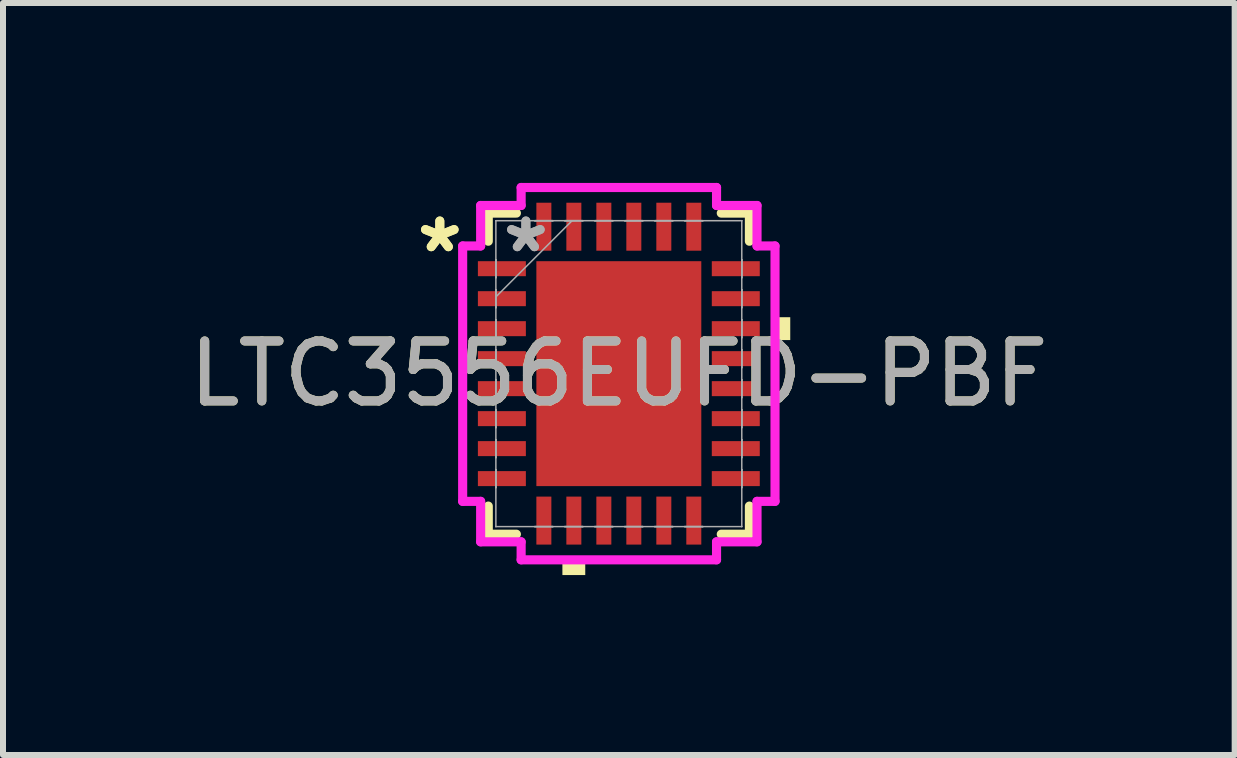
<source format=kicad_pcb>
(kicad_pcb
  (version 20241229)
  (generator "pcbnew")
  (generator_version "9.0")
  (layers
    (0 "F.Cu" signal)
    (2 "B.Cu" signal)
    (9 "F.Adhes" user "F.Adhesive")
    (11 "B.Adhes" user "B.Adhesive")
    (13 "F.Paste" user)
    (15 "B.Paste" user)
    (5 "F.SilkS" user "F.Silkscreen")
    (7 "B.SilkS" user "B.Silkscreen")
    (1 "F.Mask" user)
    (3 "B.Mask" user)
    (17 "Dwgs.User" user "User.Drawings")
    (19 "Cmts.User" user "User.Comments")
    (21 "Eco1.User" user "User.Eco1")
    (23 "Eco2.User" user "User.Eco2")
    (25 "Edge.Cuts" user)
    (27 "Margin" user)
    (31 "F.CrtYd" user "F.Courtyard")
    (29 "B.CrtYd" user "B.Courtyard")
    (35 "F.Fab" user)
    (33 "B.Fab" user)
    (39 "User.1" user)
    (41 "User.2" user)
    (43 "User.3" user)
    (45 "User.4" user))
  (footprint "LTC3556EUFD-PBF"
    (layer "F.Cu")
    (at 7.268 3.18)
    (property "Reference" "LTC3556EUFD-PBF" (at 0 0 0) (unlocked yes) (layer "F.SilkS") (effects (font (size 1 1) (thickness 0.15))))
    (attr smd)
    (fp_line (start -2.177 -2.677) (end -2.177 -2.208) (stroke (width 0.152) (type solid)) (layer "F.SilkS"))
    (fp_line (start -2.177 2.208) (end -2.177 2.677) (stroke (width 0.152) (type solid)) (layer "F.SilkS"))
    (fp_line (start -2.177 2.677) (end -1.708 2.677) (stroke (width 0.152) (type solid)) (layer "F.SilkS"))
    (fp_line (start -1.708 -2.677) (end -2.177 -2.677) (stroke (width 0.152) (type solid)) (layer "F.SilkS"))
    (fp_line (start 1.708 2.677) (end 2.177 2.677) (stroke (width 0.152) (type solid)) (layer "F.SilkS"))
    (fp_line (start 2.177 -2.677) (end 1.708 -2.677) (stroke (width 0.152) (type solid)) (layer "F.SilkS"))
    (fp_line (start 2.177 -2.208) (end 2.177 -2.677) (stroke (width 0.152) (type solid)) (layer "F.SilkS"))
    (fp_line (start 2.177 2.677) (end 2.177 2.208) (stroke (width 0.152) (type solid)) (layer "F.SilkS"))
    (fp_poly (pts (xy -0.941 3.104) (xy -0.941 3.358) (xy -0.56 3.358) (xy -0.56 3.104)) (stroke (width 0) (type solid)) (fill yes) (layer "F.SilkS"))
    (fp_poly (pts (xy 2.858 -0.941) (xy 2.858 -0.56) (xy 2.604 -0.56) (xy 2.604 -0.941)) (stroke (width 0) (type solid)) (fill yes) (layer "F.SilkS"))
    (fp_poly (pts (xy -1.275 -1.775) (xy -1.275 -0.1) (xy -0.1 -0.1) (xy -0.1 -1.775)) (stroke (width 0) (type solid)) (fill yes) (layer "F.Paste"))
    (fp_poly (pts (xy -1.275 0.1) (xy -1.275 1.775) (xy -0.1 1.775) (xy -0.1 0.1)) (stroke (width 0) (type solid)) (fill yes) (layer "F.Paste"))
    (fp_poly (pts (xy 0.1 -1.775) (xy 0.1 -0.1) (xy 1.275 -0.1) (xy 1.275 -1.775)) (stroke (width 0) (type solid)) (fill yes) (layer "F.Paste"))
    (fp_poly (pts (xy 0.1 0.1) (xy 0.1 1.775) (xy 1.275 1.775) (xy 1.275 0.1)) (stroke (width 0) (type solid)) (fill yes) (layer "F.Paste"))
    (fp_line (start -2.604 -2.129) (end -2.304 -2.129) (stroke (width 0.152) (type solid)) (layer "F.CrtYd"))
    (fp_line (start -2.604 2.129) (end -2.604 -2.129) (stroke (width 0.152) (type solid)) (layer "F.CrtYd"))
    (fp_line (start -2.304 -2.804) (end -1.629 -2.804) (stroke (width 0.152) (type solid)) (layer "F.CrtYd"))
    (fp_line (start -2.304 -2.129) (end -2.304 -2.804) (stroke (width 0.152) (type solid)) (layer "F.CrtYd"))
    (fp_line (start -2.304 2.129) (end -2.604 2.129) (stroke (width 0.152) (type solid)) (layer "F.CrtYd"))
    (fp_line (start -2.304 2.804) (end -2.304 2.129) (stroke (width 0.152) (type solid)) (layer "F.CrtYd"))
    (fp_line (start -1.629 -3.104) (end 1.629 -3.104) (stroke (width 0.152) (type solid)) (layer "F.CrtYd"))
    (fp_line (start -1.629 -2.804) (end -1.629 -3.104) (stroke (width 0.152) (type solid)) (layer "F.CrtYd"))
    (fp_line (start -1.629 2.804) (end -2.304 2.804) (stroke (width 0.152) (type solid)) (layer "F.CrtYd"))
    (fp_line (start -1.629 3.104) (end -1.629 2.804) (stroke (width 0.152) (type solid)) (layer "F.CrtYd"))
    (fp_line (start 1.629 -3.104) (end 1.629 -2.804) (stroke (width 0.152) (type solid)) (layer "F.CrtYd"))
    (fp_line (start 1.629 -2.804) (end 2.304 -2.804) (stroke (width 0.152) (type solid)) (layer "F.CrtYd"))
    (fp_line (start 1.629 2.804) (end 1.629 3.104) (stroke (width 0.152) (type solid)) (layer "F.CrtYd"))
    (fp_line (start 1.629 3.104) (end -1.629 3.104) (stroke (width 0.152) (type solid)) (layer "F.CrtYd"))
    (fp_line (start 2.304 -2.804) (end 2.304 -2.129) (stroke (width 0.152) (type solid)) (layer "F.CrtYd"))
    (fp_line (start 2.304 -2.129) (end 2.604 -2.129) (stroke (width 0.152) (type solid)) (layer "F.CrtYd"))
    (fp_line (start 2.304 2.129) (end 2.304 2.804) (stroke (width 0.152) (type solid)) (layer "F.CrtYd"))
    (fp_line (start 2.304 2.804) (end 1.629 2.804) (stroke (width 0.152) (type solid)) (layer "F.CrtYd"))
    (fp_line (start 2.604 -2.129) (end 2.604 2.129) (stroke (width 0.152) (type solid)) (layer "F.CrtYd"))
    (fp_line (start 2.604 2.129) (end 2.304 2.129) (stroke (width 0.152) (type solid)) (layer "F.CrtYd"))
    (fp_line (start -2.05 -2.55) (end -2.05 -2.55) (stroke (width 0.025) (type solid)) (layer "F.Fab"))
    (fp_line (start -2.05 -2.55) (end -2.05 2.55) (stroke (width 0.025) (type solid)) (layer "F.Fab"))
    (fp_line (start -2.05 -1.9) (end -2.05 -1.9) (stroke (width 0.025) (type solid)) (layer "F.Fab"))
    (fp_line (start -2.05 -1.9) (end -2.05 -1.6) (stroke (width 0.025) (type solid)) (layer "F.Fab"))
    (fp_line (start -2.05 -1.6) (end -2.05 -1.9) (stroke (width 0.025) (type solid)) (layer "F.Fab"))
    (fp_line (start -2.05 -1.6) (end -2.05 -1.6) (stroke (width 0.025) (type solid)) (layer "F.Fab"))
    (fp_line (start -2.05 -1.4) (end -2.05 -1.4) (stroke (width 0.025) (type solid)) (layer "F.Fab"))
    (fp_line (start -2.05 -1.4) (end -2.05 -1.1) (stroke (width 0.025) (type solid)) (layer "F.Fab"))
    (fp_line (start -2.05 -1.28) (end -0.78 -2.55) (stroke (width 0.025) (type solid)) (layer "F.Fab"))
    (fp_line (start -2.05 -1.1) (end -2.05 -1.4) (stroke (width 0.025) (type solid)) (layer "F.Fab"))
    (fp_line (start -2.05 -1.1) (end -2.05 -1.1) (stroke (width 0.025) (type solid)) (layer "F.Fab"))
    (fp_line (start -2.05 -0.9) (end -2.05 -0.9) (stroke (width 0.025) (type solid)) (layer "F.Fab"))
    (fp_line (start -2.05 -0.9) (end -2.05 -0.6) (stroke (width 0.025) (type solid)) (layer "F.Fab"))
    (fp_line (start -2.05 -0.6) (end -2.05 -0.9) (stroke (width 0.025) (type solid)) (layer "F.Fab"))
    (fp_line (start -2.05 -0.6) (end -2.05 -0.6) (stroke (width 0.025) (type solid)) (layer "F.Fab"))
    (fp_line (start -2.05 -0.4) (end -2.05 -0.4) (stroke (width 0.025) (type solid)) (layer "F.Fab"))
    (fp_line (start -2.05 -0.4) (end -2.05 -0.1) (stroke (width 0.025) (type solid)) (layer "F.Fab"))
    (fp_line (start -2.05 -0.1) (end -2.05 -0.4) (stroke (width 0.025) (type solid)) (layer "F.Fab"))
    (fp_line (start -2.05 -0.1) (end -2.05 -0.1) (stroke (width 0.025) (type solid)) (layer "F.Fab"))
    (fp_line (start -2.05 0.1) (end -2.05 0.1) (stroke (width 0.025) (type solid)) (layer "F.Fab"))
    (fp_line (start -2.05 0.1) (end -2.05 0.4) (stroke (width 0.025) (type solid)) (layer "F.Fab"))
    (fp_line (start -2.05 0.4) (end -2.05 0.1) (stroke (width 0.025) (type solid)) (layer "F.Fab"))
    (fp_line (start -2.05 0.4) (end -2.05 0.4) (stroke (width 0.025) (type solid)) (layer "F.Fab"))
    (fp_line (start -2.05 0.6) (end -2.05 0.6) (stroke (width 0.025) (type solid)) (layer "F.Fab"))
    (fp_line (start -2.05 0.6) (end -2.05 0.9) (stroke (width 0.025) (type solid)) (layer "F.Fab"))
    (fp_line (start -2.05 0.9) (end -2.05 0.6) (stroke (width 0.025) (type solid)) (layer "F.Fab"))
    (fp_line (start -2.05 0.9) (end -2.05 0.9) (stroke (width 0.025) (type solid)) (layer "F.Fab"))
    (fp_line (start -2.05 1.1) (end -2.05 1.1) (stroke (width 0.025) (type solid)) (layer "F.Fab"))
    (fp_line (start -2.05 1.1) (end -2.05 1.4) (stroke (width 0.025) (type solid)) (layer "F.Fab"))
    (fp_line (start -2.05 1.4) (end -2.05 1.1) (stroke (width 0.025) (type solid)) (layer "F.Fab"))
    (fp_line (start -2.05 1.4) (end -2.05 1.4) (stroke (width 0.025) (type solid)) (layer "F.Fab"))
    (fp_line (start -2.05 1.6) (end -2.05 1.6) (stroke (width 0.025) (type solid)) (layer "F.Fab"))
    (fp_line (start -2.05 1.6) (end -2.05 1.9) (stroke (width 0.025) (type solid)) (layer "F.Fab"))
    (fp_line (start -2.05 1.9) (end -2.05 1.6) (stroke (width 0.025) (type solid)) (layer "F.Fab"))
    (fp_line (start -2.05 1.9) (end -2.05 1.9) (stroke (width 0.025) (type solid)) (layer "F.Fab"))
    (fp_line (start -2.05 2.55) (end -2.05 2.55) (stroke (width 0.025) (type solid)) (layer "F.Fab"))
    (fp_line (start -2.05 2.55) (end 2.05 2.55) (stroke (width 0.025) (type solid)) (layer "F.Fab"))
    (fp_line (start -1.4 -2.55) (end -1.4 -2.55) (stroke (width 0.025) (type solid)) (layer "F.Fab"))
    (fp_line (start -1.4 -2.55) (end -1.1 -2.55) (stroke (width 0.025) (type solid)) (layer "F.Fab"))
    (fp_line (start -1.4 2.55) (end -1.4 2.55) (stroke (width 0.025) (type solid)) (layer "F.Fab"))
    (fp_line (start -1.4 2.55) (end -1.1 2.55) (stroke (width 0.025) (type solid)) (layer "F.Fab"))
    (fp_line (start -1.1 -2.55) (end -1.4 -2.55) (stroke (width 0.025) (type solid)) (layer "F.Fab"))
    (fp_line (start -1.1 -2.55) (end -1.1 -2.55) (stroke (width 0.025) (type solid)) (layer "F.Fab"))
    (fp_line (start -1.1 2.55) (end -1.4 2.55) (stroke (width 0.025) (type solid)) (layer "F.Fab"))
    (fp_line (start -1.1 2.55) (end -1.1 2.55) (stroke (width 0.025) (type solid)) (layer "F.Fab"))
    (fp_line (start -0.9 -2.55) (end -0.9 -2.55) (stroke (width 0.025) (type solid)) (layer "F.Fab"))
    (fp_line (start -0.9 -2.55) (end -0.6 -2.55) (stroke (width 0.025) (type solid)) (layer "F.Fab"))
    (fp_line (start -0.9 2.55) (end -0.9 2.55) (stroke (width 0.025) (type solid)) (layer "F.Fab"))
    (fp_line (start -0.9 2.55) (end -0.6 2.55) (stroke (width 0.025) (type solid)) (layer "F.Fab"))
    (fp_line (start -0.6 -2.55) (end -0.9 -2.55) (stroke (width 0.025) (type solid)) (layer "F.Fab"))
    (fp_line (start -0.6 -2.55) (end -0.6 -2.55) (stroke (width 0.025) (type solid)) (layer "F.Fab"))
    (fp_line (start -0.6 2.55) (end -0.9 2.55) (stroke (width 0.025) (type solid)) (layer "F.Fab"))
    (fp_line (start -0.6 2.55) (end -0.6 2.55) (stroke (width 0.025) (type solid)) (layer "F.Fab"))
    (fp_line (start -0.4 -2.55) (end -0.4 -2.55) (stroke (width 0.025) (type solid)) (layer "F.Fab"))
    (fp_line (start -0.4 -2.55) (end -0.1 -2.55) (stroke (width 0.025) (type solid)) (layer "F.Fab"))
    (fp_line (start -0.4 2.55) (end -0.4 2.55) (stroke (width 0.025) (type solid)) (layer "F.Fab"))
    (fp_line (start -0.4 2.55) (end -0.1 2.55) (stroke (width 0.025) (type solid)) (layer "F.Fab"))
    (fp_line (start -0.1 -2.55) (end -0.4 -2.55) (stroke (width 0.025) (type solid)) (layer "F.Fab"))
    (fp_line (start -0.1 -2.55) (end -0.1 -2.55) (stroke (width 0.025) (type solid)) (layer "F.Fab"))
    (fp_line (start -0.1 2.55) (end -0.4 2.55) (stroke (width 0.025) (type solid)) (layer "F.Fab"))
    (fp_line (start -0.1 2.55) (end -0.1 2.55) (stroke (width 0.025) (type solid)) (layer "F.Fab"))
    (fp_line (start 0.1 -2.55) (end 0.1 -2.55) (stroke (width 0.025) (type solid)) (layer "F.Fab"))
    (fp_line (start 0.1 -2.55) (end 0.4 -2.55) (stroke (width 0.025) (type solid)) (layer "F.Fab"))
    (fp_line (start 0.1 2.55) (end 0.1 2.55) (stroke (width 0.025) (type solid)) (layer "F.Fab"))
    (fp_line (start 0.1 2.55) (end 0.4 2.55) (stroke (width 0.025) (type solid)) (layer "F.Fab"))
    (fp_line (start 0.4 -2.55) (end 0.1 -2.55) (stroke (width 0.025) (type solid)) (layer "F.Fab"))
    (fp_line (start 0.4 -2.55) (end 0.4 -2.55) (stroke (width 0.025) (type solid)) (layer "F.Fab"))
    (fp_line (start 0.4 2.55) (end 0.1 2.55) (stroke (width 0.025) (type solid)) (layer "F.Fab"))
    (fp_line (start 0.4 2.55) (end 0.4 2.55) (stroke (width 0.025) (type solid)) (layer "F.Fab"))
    (fp_line (start 0.6 -2.55) (end 0.6 -2.55) (stroke (width 0.025) (type solid)) (layer "F.Fab"))
    (fp_line (start 0.6 -2.55) (end 0.9 -2.55) (stroke (width 0.025) (type solid)) (layer "F.Fab"))
    (fp_line (start 0.6 2.55) (end 0.6 2.55) (stroke (width 0.025) (type solid)) (layer "F.Fab"))
    (fp_line (start 0.6 2.55) (end 0.9 2.55) (stroke (width 0.025) (type solid)) (layer "F.Fab"))
    (fp_line (start 0.9 -2.55) (end 0.6 -2.55) (stroke (width 0.025) (type solid)) (layer "F.Fab"))
    (fp_line (start 0.9 -2.55) (end 0.9 -2.55) (stroke (width 0.025) (type solid)) (layer "F.Fab"))
    (fp_line (start 0.9 2.55) (end 0.6 2.55) (stroke (width 0.025) (type solid)) (layer "F.Fab"))
    (fp_line (start 0.9 2.55) (end 0.9 2.55) (stroke (width 0.025) (type solid)) (layer "F.Fab"))
    (fp_line (start 1.1 -2.55) (end 1.1 -2.55) (stroke (width 0.025) (type solid)) (layer "F.Fab"))
    (fp_line (start 1.1 -2.55) (end 1.4 -2.55) (stroke (width 0.025) (type solid)) (layer "F.Fab"))
    (fp_line (start 1.1 2.55) (end 1.1 2.55) (stroke (width 0.025) (type solid)) (layer "F.Fab"))
    (fp_line (start 1.1 2.55) (end 1.4 2.55) (stroke (width 0.025) (type solid)) (layer "F.Fab"))
    (fp_line (start 1.4 -2.55) (end 1.1 -2.55) (stroke (width 0.025) (type solid)) (layer "F.Fab"))
    (fp_line (start 1.4 -2.55) (end 1.4 -2.55) (stroke (width 0.025) (type solid)) (layer "F.Fab"))
    (fp_line (start 1.4 2.55) (end 1.1 2.55) (stroke (width 0.025) (type solid)) (layer "F.Fab"))
    (fp_line (start 1.4 2.55) (end 1.4 2.55) (stroke (width 0.025) (type solid)) (layer "F.Fab"))
    (fp_line (start 2.05 -2.55) (end -2.05 -2.55) (stroke (width 0.025) (type solid)) (layer "F.Fab"))
    (fp_line (start 2.05 -2.55) (end 2.05 -2.55) (stroke (width 0.025) (type solid)) (layer "F.Fab"))
    (fp_line (start 2.05 -1.9) (end 2.05 -1.9) (stroke (width 0.025) (type solid)) (layer "F.Fab"))
    (fp_line (start 2.05 -1.9) (end 2.05 -1.6) (stroke (width 0.025) (type solid)) (layer "F.Fab"))
    (fp_line (start 2.05 -1.6) (end 2.05 -1.9) (stroke (width 0.025) (type solid)) (layer "F.Fab"))
    (fp_line (start 2.05 -1.6) (end 2.05 -1.6) (stroke (width 0.025) (type solid)) (layer "F.Fab"))
    (fp_line (start 2.05 -1.4) (end 2.05 -1.4) (stroke (width 0.025) (type solid)) (layer "F.Fab"))
    (fp_line (start 2.05 -1.4) (end 2.05 -1.1) (stroke (width 0.025) (type solid)) (layer "F.Fab"))
    (fp_line (start 2.05 -1.1) (end 2.05 -1.4) (stroke (width 0.025) (type solid)) (layer "F.Fab"))
    (fp_line (start 2.05 -1.1) (end 2.05 -1.1) (stroke (width 0.025) (type solid)) (layer "F.Fab"))
    (fp_line (start 2.05 -0.9) (end 2.05 -0.9) (stroke (width 0.025) (type solid)) (layer "F.Fab"))
    (fp_line (start 2.05 -0.9) (end 2.05 -0.6) (stroke (width 0.025) (type solid)) (layer "F.Fab"))
    (fp_line (start 2.05 -0.6) (end 2.05 -0.9) (stroke (width 0.025) (type solid)) (layer "F.Fab"))
    (fp_line (start 2.05 -0.6) (end 2.05 -0.6) (stroke (width 0.025) (type solid)) (layer "F.Fab"))
    (fp_line (start 2.05 -0.4) (end 2.05 -0.4) (stroke (width 0.025) (type solid)) (layer "F.Fab"))
    (fp_line (start 2.05 -0.4) (end 2.05 -0.1) (stroke (width 0.025) (type solid)) (layer "F.Fab"))
    (fp_line (start 2.05 -0.1) (end 2.05 -0.4) (stroke (width 0.025) (type solid)) (layer "F.Fab"))
    (fp_line (start 2.05 -0.1) (end 2.05 -0.1) (stroke (width 0.025) (type solid)) (layer "F.Fab"))
    (fp_line (start 2.05 0.1) (end 2.05 0.1) (stroke (width 0.025) (type solid)) (layer "F.Fab"))
    (fp_line (start 2.05 0.1) (end 2.05 0.4) (stroke (width 0.025) (type solid)) (layer "F.Fab"))
    (fp_line (start 2.05 0.4) (end 2.05 0.1) (stroke (width 0.025) (type solid)) (layer "F.Fab"))
    (fp_line (start 2.05 0.4) (end 2.05 0.4) (stroke (width 0.025) (type solid)) (layer "F.Fab"))
    (fp_line (start 2.05 0.6) (end 2.05 0.6) (stroke (width 0.025) (type solid)) (layer "F.Fab"))
    (fp_line (start 2.05 0.6) (end 2.05 0.9) (stroke (width 0.025) (type solid)) (layer "F.Fab"))
    (fp_line (start 2.05 0.9) (end 2.05 0.6) (stroke (width 0.025) (type solid)) (layer "F.Fab"))
    (fp_line (start 2.05 0.9) (end 2.05 0.9) (stroke (width 0.025) (type solid)) (layer "F.Fab"))
    (fp_line (start 2.05 1.1) (end 2.05 1.1) (stroke (width 0.025) (type solid)) (layer "F.Fab"))
    (fp_line (start 2.05 1.1) (end 2.05 1.4) (stroke (width 0.025) (type solid)) (layer "F.Fab"))
    (fp_line (start 2.05 1.4) (end 2.05 1.1) (stroke (width 0.025) (type solid)) (layer "F.Fab"))
    (fp_line (start 2.05 1.4) (end 2.05 1.4) (stroke (width 0.025) (type solid)) (layer "F.Fab"))
    (fp_line (start 2.05 1.6) (end 2.05 1.6) (stroke (width 0.025) (type solid)) (layer "F.Fab"))
    (fp_line (start 2.05 1.6) (end 2.05 1.9) (stroke (width 0.025) (type solid)) (layer "F.Fab"))
    (fp_line (start 2.05 1.9) (end 2.05 1.6) (stroke (width 0.025) (type solid)) (layer "F.Fab"))
    (fp_line (start 2.05 1.9) (end 2.05 1.9) (stroke (width 0.025) (type solid)) (layer "F.Fab"))
    (fp_line (start 2.05 2.55) (end 2.05 -2.55) (stroke (width 0.025) (type solid)) (layer "F.Fab"))
    (fp_line (start 2.05 2.55) (end 2.05 2.55) (stroke (width 0.025) (type solid)) (layer "F.Fab"))
    (fp_text user "*" (at -2.985 -2 0) (layer "F.SilkS") (effects (font (size 1 1) (thickness 0.15))))
    (fp_text user "*" (at -2.985 -2 0) (unlocked yes) (layer "F.SilkS") (effects (font (size 1 1) (thickness 0.15))))
    (fp_text user "*" (at -1.55 -2 0) (unlocked yes) (layer "F.Fab") (effects (font (size 1 1) (thickness 0.15))))
    (fp_text user "*" (at -1.55 -2 0) (layer "F.Fab") (effects (font (size 1 1) (thickness 0.15))))
    (fp_text user "${REFERENCE}" (at 0 0 0) (unlocked yes) (layer "F.Fab") (effects (font (size 1 1) (thickness 0.15))))
    (pad "1" smd rect (at -1.95 -1.75 90) (size 0.25 0.8) (layers "F.Cu" "F.Mask" "F.Paste"))
    (pad "2" smd rect (at -1.95 -1.25 90) (size 0.25 0.8) (layers "F.Cu" "F.Mask" "F.Paste"))
    (pad "3" smd rect (at -1.95 -0.75 90) (size 0.25 0.8) (layers "F.Cu" "F.Mask" "F.Paste"))
    (pad "4" smd rect (at -1.95 -0.25 90) (size 0.25 0.8) (layers "F.Cu" "F.Mask" "F.Paste"))
    (pad "5" smd rect (at -1.95 0.25 90) (size 0.25 0.8) (layers "F.Cu" "F.Mask" "F.Paste"))
    (pad "6" smd rect (at -1.95 0.75 90) (size 0.25 0.8) (layers "F.Cu" "F.Mask" "F.Paste"))
    (pad "7" smd rect (at -1.95 1.25 90) (size 0.25 0.8) (layers "F.Cu" "F.Mask" "F.Paste"))
    (pad "8" smd rect (at -1.95 1.75 90) (size 0.25 0.8) (layers "F.Cu" "F.Mask" "F.Paste"))
    (pad "9" smd rect (at -1.25 2.45) (size 0.25 0.8) (layers "F.Cu" "F.Mask" "F.Paste"))
    (pad "10" smd rect (at -0.75 2.45) (size 0.25 0.8) (layers "F.Cu" "F.Mask" "F.Paste"))
    (pad "11" smd rect (at -0.25 2.45) (size 0.25 0.8) (layers "F.Cu" "F.Mask" "F.Paste"))
    (pad "12" smd rect (at 0.25 2.45) (size 0.25 0.8) (layers "F.Cu" "F.Mask" "F.Paste"))
    (pad "13" smd rect (at 0.75 2.45) (size 0.25 0.8) (layers "F.Cu" "F.Mask" "F.Paste"))
    (pad "14" smd rect (at 1.25 2.45) (size 0.25 0.8) (layers "F.Cu" "F.Mask" "F.Paste"))
    (pad "15" smd rect (at 1.95 1.75 90) (size 0.25 0.8) (layers "F.Cu" "F.Mask" "F.Paste"))
    (pad "16" smd rect (at 1.95 1.25 90) (size 0.25 0.8) (layers "F.Cu" "F.Mask" "F.Paste"))
    (pad "17" smd rect (at 1.95 0.75 90) (size 0.25 0.8) (layers "F.Cu" "F.Mask" "F.Paste"))
    (pad "18" smd rect (at 1.95 0.25 90) (size 0.25 0.8) (layers "F.Cu" "F.Mask" "F.Paste"))
    (pad "19" smd rect (at 1.95 -0.25 90) (size 0.25 0.8) (layers "F.Cu" "F.Mask" "F.Paste"))
    (pad "20" smd rect (at 1.95 -0.75 90) (size 0.25 0.8) (layers "F.Cu" "F.Mask" "F.Paste"))
    (pad "21" smd rect (at 1.95 -1.25 90) (size 0.25 0.8) (layers "F.Cu" "F.Mask" "F.Paste"))
    (pad "22" smd rect (at 1.95 -1.75 90) (size 0.25 0.8) (layers "F.Cu" "F.Mask" "F.Paste"))
    (pad "23" smd rect (at 1.25 -2.45) (size 0.25 0.8) (layers "F.Cu" "F.Mask" "F.Paste"))
    (pad "24" smd rect (at 0.75 -2.45) (size 0.25 0.8) (layers "F.Cu" "F.Mask" "F.Paste"))
    (pad "25" smd rect (at 0.25 -2.45) (size 0.25 0.8) (layers "F.Cu" "F.Mask" "F.Paste"))
    (pad "26" smd rect (at -0.25 -2.45) (size 0.25 0.8) (layers "F.Cu" "F.Mask" "F.Paste"))
    (pad "27" smd rect (at -0.75 -2.45) (size 0.25 0.8) (layers "F.Cu" "F.Mask" "F.Paste"))
    (pad "28" smd rect (at -1.25 -2.45) (size 0.25 0.8) (layers "F.Cu" "F.Mask" "F.Paste"))
    (pad "29" smd rect (at 0 0) (size 2.75 3.75) (layers "F.Cu" "F.Mask" "F.Paste")))
  (gr_rect
    (start -3 -3)
    (end 17.536 9.538)
    (stroke (width 0.1) (type default))
    (fill no)
    (layer "Edge.Cuts")))
</source>
